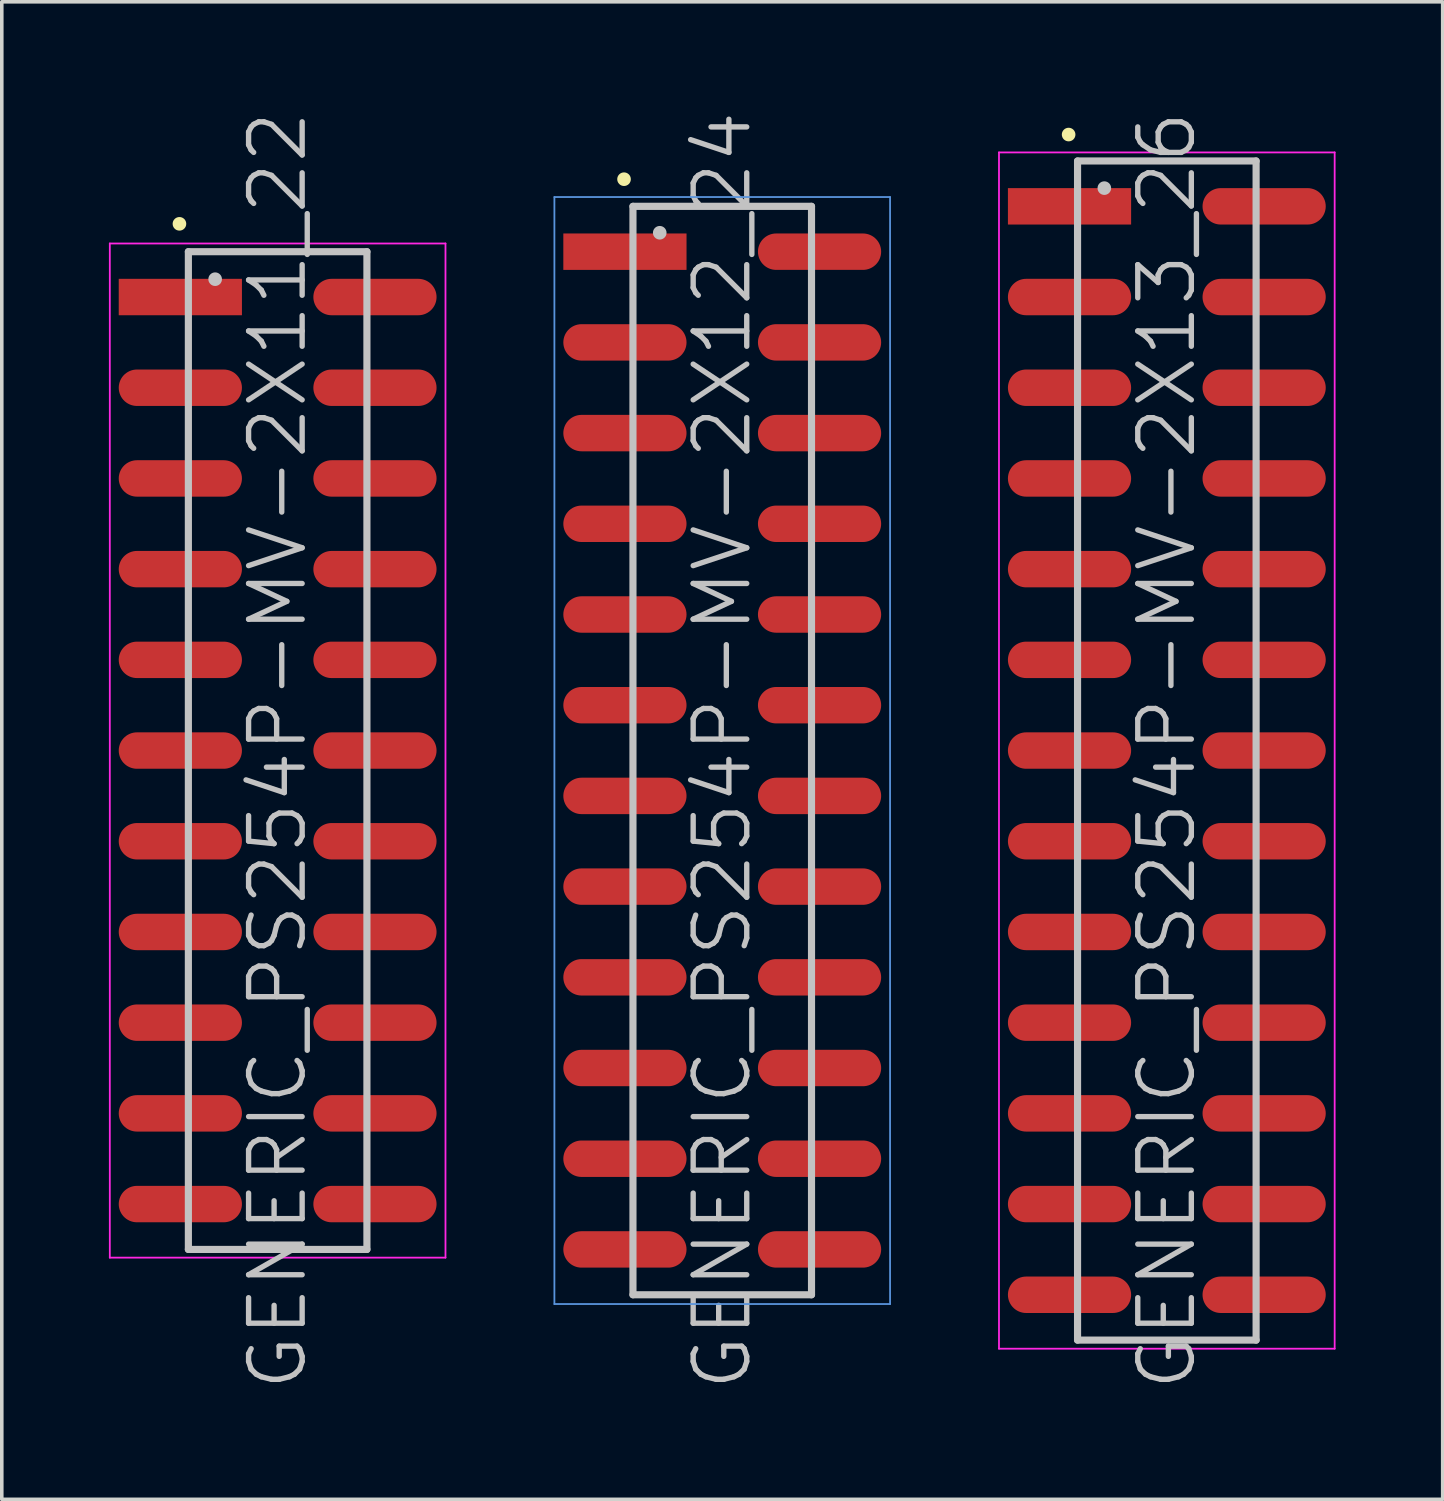
<source format=kicad_pcb>
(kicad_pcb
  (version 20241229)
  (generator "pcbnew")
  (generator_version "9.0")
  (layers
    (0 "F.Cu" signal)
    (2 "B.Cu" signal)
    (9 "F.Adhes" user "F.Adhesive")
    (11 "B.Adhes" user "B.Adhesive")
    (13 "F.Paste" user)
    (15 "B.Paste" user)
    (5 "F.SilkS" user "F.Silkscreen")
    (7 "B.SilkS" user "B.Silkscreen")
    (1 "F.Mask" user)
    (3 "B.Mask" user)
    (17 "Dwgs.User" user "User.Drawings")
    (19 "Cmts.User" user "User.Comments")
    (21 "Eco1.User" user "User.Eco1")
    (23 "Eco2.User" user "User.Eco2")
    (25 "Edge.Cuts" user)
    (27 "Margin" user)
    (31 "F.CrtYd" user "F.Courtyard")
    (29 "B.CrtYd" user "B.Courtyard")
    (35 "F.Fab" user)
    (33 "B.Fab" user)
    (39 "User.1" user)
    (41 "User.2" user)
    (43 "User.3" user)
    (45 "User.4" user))
  (footprint "GENERIC_PS254P-MV-2X11_22"
    (layer "F.Cu")
    (at 4.725 17.968)
    (property "Reference" "GENERIC_PS254P-MV-2X11_22" (at 0 0 90) (layer "Dwgs.User") (effects (font (size 1.5 1.5) (thickness 0.15))))
    (attr smd)
    (fp_line (start -2.75 -14.75) (end -2.75 -14.75) (stroke (width 0.381) (type solid)) (layer "F.SilkS"))
    (fp_line (start -2.5 -13.97) (end -2.5 13.97) (stroke (width 0.2) (type solid)) (layer "Dwgs.User"))
    (fp_line (start -2.5 -13.97) (end 2.5 -13.97) (stroke (width 0.2) (type solid)) (layer "Dwgs.User"))
    (fp_line (start -2.5 13.97) (end 2.5 13.97) (stroke (width 0.2) (type solid)) (layer "Dwgs.User"))
    (fp_line (start -1.75 -13.2) (end -1.75 -13.2) (stroke (width 0.381) (type solid)) (layer "Dwgs.User"))
    (fp_line (start 2.5 -13.97) (end 2.5 13.97) (stroke (width 0.2) (type solid)) (layer "Dwgs.User"))
    (fp_line (start -4.7 -14.2) (end -4.7 14.2) (stroke (width 0.05) (type solid)) (layer "F.CrtYd"))
    (fp_line (start -4.7 -14.2) (end 4.7 -14.2) (stroke (width 0.05) (type solid)) (layer "F.CrtYd"))
    (fp_line (start -4.7 14.2) (end 4.7 14.2) (stroke (width 0.05) (type solid)) (layer "F.CrtYd"))
    (fp_line (start 4.7 -14.2) (end 4.7 14.2) (stroke (width 0.05) (type solid)) (layer "F.CrtYd"))
    (pad "1" smd rect (at -2.725 -12.7 270) (size 1.02 3.45) (layers "F.Cu" "F.Mask" "F.Paste"))
    (pad "2" smd oval (at 2.725 -12.7 270) (size 1.02 3.45) (layers "F.Cu" "F.Mask" "F.Paste"))
    (pad "3" smd oval (at -2.725 -10.16 270) (size 1.02 3.45) (layers "F.Cu" "F.Mask" "F.Paste"))
    (pad "4" smd oval (at 2.725 -10.16 270) (size 1.02 3.45) (layers "F.Cu" "F.Mask" "F.Paste"))
    (pad "5" smd oval (at -2.725 -7.62 270) (size 1.02 3.45) (layers "F.Cu" "F.Mask" "F.Paste"))
    (pad "6" smd oval (at 2.725 -7.62 270) (size 1.02 3.45) (layers "F.Cu" "F.Mask" "F.Paste"))
    (pad "7" smd oval (at -2.725 -5.08 270) (size 1.02 3.45) (layers "F.Cu" "F.Mask" "F.Paste"))
    (pad "8" smd oval (at 2.725 -5.08 270) (size 1.02 3.45) (layers "F.Cu" "F.Mask" "F.Paste"))
    (pad "9" smd oval (at -2.725 -2.54 270) (size 1.02 3.45) (layers "F.Cu" "F.Mask" "F.Paste"))
    (pad "10" smd oval (at 2.725 -2.54 270) (size 1.02 3.45) (layers "F.Cu" "F.Mask" "F.Paste"))
    (pad "11" smd oval (at -2.725 0 270) (size 1.02 3.45) (layers "F.Cu" "F.Mask" "F.Paste"))
    (pad "12" smd oval (at 2.725 0 270) (size 1.02 3.45) (layers "F.Cu" "F.Mask" "F.Paste"))
    (pad "13" smd oval (at -2.725 2.54 270) (size 1.02 3.45) (layers "F.Cu" "F.Mask" "F.Paste"))
    (pad "14" smd oval (at 2.725 2.54 270) (size 1.02 3.45) (layers "F.Cu" "F.Mask" "F.Paste"))
    (pad "15" smd oval (at -2.725 5.08 270) (size 1.02 3.45) (layers "F.Cu" "F.Mask" "F.Paste"))
    (pad "16" smd oval (at 2.725 5.08 270) (size 1.02 3.45) (layers "F.Cu" "F.Mask" "F.Paste"))
    (pad "17" smd oval (at -2.725 7.62 270) (size 1.02 3.45) (layers "F.Cu" "F.Mask" "F.Paste"))
    (pad "18" smd oval (at 2.725 7.62 270) (size 1.02 3.45) (layers "F.Cu" "F.Mask" "F.Paste"))
    (pad "19" smd oval (at -2.725 10.16 270) (size 1.02 3.45) (layers "F.Cu" "F.Mask" "F.Paste"))
    (pad "20" smd oval (at 2.725 10.16 270) (size 1.02 3.45) (layers "F.Cu" "F.Mask" "F.Paste"))
    (pad "21" smd oval (at -2.725 12.7 270) (size 1.02 3.45) (layers "F.Cu" "F.Mask" "F.Paste"))
    (pad "22" smd oval (at 2.725 12.7 270) (size 1.02 3.45) (layers "F.Cu" "F.Mask" "F.Paste")))
  (footprint "GENERIC_PS254P-MV-2X12_24"
    (layer "F.Cu")
    (at 17.175 17.968)
    (property "Reference" "GENERIC_PS254P-MV-2X12_24" (at 0 0 90) (layer "Dwgs.User") (effects (font (size 1.5 1.5) (thickness 0.15))))
    (attr smd)
    (fp_line (start -2.75 -16) (end -2.75 -16) (stroke (width 0.381) (type solid)) (layer "F.SilkS"))
    (fp_line (start -2.5 -15.24) (end -2.5 15.24) (stroke (width 0.2) (type solid)) (layer "Dwgs.User"))
    (fp_line (start -2.5 -15.24) (end 2.5 -15.24) (stroke (width 0.2) (type solid)) (layer "Dwgs.User"))
    (fp_line (start -2.5 15.24) (end 2.5 15.24) (stroke (width 0.2) (type solid)) (layer "Dwgs.User"))
    (fp_line (start -1.75 -14.5) (end -1.75 -14.5) (stroke (width 0.381) (type solid)) (layer "Dwgs.User"))
    (fp_line (start 2.5 -15.24) (end 2.5 15.24) (stroke (width 0.2) (type solid)) (layer "Dwgs.User"))
    (fp_line (start -4.7 -15.5) (end -4.7 15.5) (stroke (width 0.05) (type solid)) (layer "Cmts.User"))
    (fp_line (start -4.7 -15.5) (end 4.7 -15.5) (stroke (width 0.05) (type solid)) (layer "Cmts.User"))
    (fp_line (start -4.7 15.5) (end 4.7 15.5) (stroke (width 0.05) (type solid)) (layer "Cmts.User"))
    (fp_line (start 4.7 -15.5) (end 4.7 15.5) (stroke (width 0.05) (type solid)) (layer "Cmts.User"))
    (pad "1" smd rect (at -2.725 -13.97 270) (size 1.02 3.45) (layers "F.Cu" "F.Mask" "F.Paste"))
    (pad "2" smd oval (at 2.725 -13.97 270) (size 1.02 3.45) (layers "F.Cu" "F.Mask" "F.Paste"))
    (pad "3" smd oval (at -2.725 -11.43 270) (size 1.02 3.45) (layers "F.Cu" "F.Mask" "F.Paste"))
    (pad "4" smd oval (at 2.725 -11.43 270) (size 1.02 3.45) (layers "F.Cu" "F.Mask" "F.Paste"))
    (pad "5" smd oval (at -2.725 -8.89 270) (size 1.02 3.45) (layers "F.Cu" "F.Mask" "F.Paste"))
    (pad "6" smd oval (at 2.725 -8.89 270) (size 1.02 3.45) (layers "F.Cu" "F.Mask" "F.Paste"))
    (pad "7" smd oval (at -2.725 -6.35 270) (size 1.02 3.45) (layers "F.Cu" "F.Mask" "F.Paste"))
    (pad "8" smd oval (at 2.725 -6.35 270) (size 1.02 3.45) (layers "F.Cu" "F.Mask" "F.Paste"))
    (pad "9" smd oval (at -2.725 -3.81 270) (size 1.02 3.45) (layers "F.Cu" "F.Mask" "F.Paste"))
    (pad "10" smd oval (at 2.725 -3.81 270) (size 1.02 3.45) (layers "F.Cu" "F.Mask" "F.Paste"))
    (pad "11" smd oval (at -2.725 -1.27 270) (size 1.02 3.45) (layers "F.Cu" "F.Mask" "F.Paste"))
    (pad "12" smd oval (at 2.725 -1.27 270) (size 1.02 3.45) (layers "F.Cu" "F.Mask" "F.Paste"))
    (pad "13" smd oval (at -2.725 1.27 270) (size 1.02 3.45) (layers "F.Cu" "F.Mask" "F.Paste"))
    (pad "14" smd oval (at 2.725 1.27 270) (size 1.02 3.45) (layers "F.Cu" "F.Mask" "F.Paste"))
    (pad "15" smd oval (at -2.725 3.81 270) (size 1.02 3.45) (layers "F.Cu" "F.Mask" "F.Paste"))
    (pad "16" smd oval (at 2.725 3.81 270) (size 1.02 3.45) (layers "F.Cu" "F.Mask" "F.Paste"))
    (pad "17" smd oval (at -2.725 6.35 270) (size 1.02 3.45) (layers "F.Cu" "F.Mask" "F.Paste"))
    (pad "18" smd oval (at 2.725 6.35 270) (size 1.02 3.45) (layers "F.Cu" "F.Mask" "F.Paste"))
    (pad "19" smd oval (at -2.725 8.89 270) (size 1.02 3.45) (layers "F.Cu" "F.Mask" "F.Paste"))
    (pad "20" smd oval (at 2.725 8.89 270) (size 1.02 3.45) (layers "F.Cu" "F.Mask" "F.Paste"))
    (pad "21" smd oval (at -2.725 11.43 270) (size 1.02 3.45) (layers "F.Cu" "F.Mask" "F.Paste"))
    (pad "22" smd oval (at 2.725 11.43 270) (size 1.02 3.45) (layers "F.Cu" "F.Mask" "F.Paste"))
    (pad "23" smd oval (at -2.725 13.97 270) (size 1.02 3.45) (layers "F.Cu" "F.Mask" "F.Paste"))
    (pad "24" smd oval (at 2.725 13.97 270) (size 1.02 3.45) (layers "F.Cu" "F.Mask" "F.Paste")))
  (footprint "GENERIC_PS254P-MV-2X13_26"
    (layer "F.Cu")
    (at 29.625 17.968)
    (property "Reference" "GENERIC_PS254P-MV-2X13_26" (at 0 0 90) (layer "Dwgs.User") (effects (font (size 1.5 1.5) (thickness 0.15))))
    (attr smd)
    (fp_line (start -2.75 -17.25) (end -2.75 -17.25) (stroke (width 0.381) (type solid)) (layer "F.SilkS"))
    (fp_line (start -2.5 -16.51) (end -2.5 16.51) (stroke (width 0.2) (type solid)) (layer "Dwgs.User"))
    (fp_line (start -2.5 -16.51) (end 2.5 -16.51) (stroke (width 0.2) (type solid)) (layer "Dwgs.User"))
    (fp_line (start -2.5 16.51) (end 2.5 16.51) (stroke (width 0.2) (type solid)) (layer "Dwgs.User"))
    (fp_line (start -1.75 -15.75) (end -1.75 -15.75) (stroke (width 0.381) (type solid)) (layer "Dwgs.User"))
    (fp_line (start 2.5 -16.51) (end 2.5 16.51) (stroke (width 0.2) (type solid)) (layer "Dwgs.User"))
    (fp_line (start -4.7 -16.75) (end -4.7 16.75) (stroke (width 0.05) (type solid)) (layer "F.CrtYd"))
    (fp_line (start -4.7 -16.75) (end 4.7 -16.75) (stroke (width 0.05) (type solid)) (layer "F.CrtYd"))
    (fp_line (start -4.7 16.75) (end 4.7 16.75) (stroke (width 0.05) (type solid)) (layer "F.CrtYd"))
    (fp_line (start 4.7 -16.75) (end 4.7 16.75) (stroke (width 0.05) (type solid)) (layer "F.CrtYd"))
    (pad "1" smd rect (at -2.725 -15.24 270) (size 1.02 3.45) (layers "F.Cu" "F.Mask" "F.Paste"))
    (pad "2" smd oval (at 2.725 -15.24 270) (size 1.02 3.45) (layers "F.Cu" "F.Mask" "F.Paste"))
    (pad "3" smd oval (at -2.725 -12.7 270) (size 1.02 3.45) (layers "F.Cu" "F.Mask" "F.Paste"))
    (pad "4" smd oval (at 2.725 -12.7 270) (size 1.02 3.45) (layers "F.Cu" "F.Mask" "F.Paste"))
    (pad "5" smd oval (at -2.725 -10.16 270) (size 1.02 3.45) (layers "F.Cu" "F.Mask" "F.Paste"))
    (pad "6" smd oval (at 2.725 -10.16 270) (size 1.02 3.45) (layers "F.Cu" "F.Mask" "F.Paste"))
    (pad "7" smd oval (at -2.725 -7.62 270) (size 1.02 3.45) (layers "F.Cu" "F.Mask" "F.Paste"))
    (pad "8" smd oval (at 2.725 -7.62 270) (size 1.02 3.45) (layers "F.Cu" "F.Mask" "F.Paste"))
    (pad "9" smd oval (at -2.725 -5.08 270) (size 1.02 3.45) (layers "F.Cu" "F.Mask" "F.Paste"))
    (pad "10" smd oval (at 2.725 -5.08 270) (size 1.02 3.45) (layers "F.Cu" "F.Mask" "F.Paste"))
    (pad "11" smd oval (at -2.725 -2.54 270) (size 1.02 3.45) (layers "F.Cu" "F.Mask" "F.Paste"))
    (pad "12" smd oval (at 2.725 -2.54 270) (size 1.02 3.45) (layers "F.Cu" "F.Mask" "F.Paste"))
    (pad "13" smd oval (at -2.725 0 270) (size 1.02 3.45) (layers "F.Cu" "F.Mask" "F.Paste"))
    (pad "14" smd oval (at 2.725 0 270) (size 1.02 3.45) (layers "F.Cu" "F.Mask" "F.Paste"))
    (pad "15" smd oval (at -2.725 2.54 270) (size 1.02 3.45) (layers "F.Cu" "F.Mask" "F.Paste"))
    (pad "16" smd oval (at 2.725 2.54 270) (size 1.02 3.45) (layers "F.Cu" "F.Mask" "F.Paste"))
    (pad "17" smd oval (at -2.725 5.08 270) (size 1.02 3.45) (layers "F.Cu" "F.Mask" "F.Paste"))
    (pad "18" smd oval (at 2.725 5.08 270) (size 1.02 3.45) (layers "F.Cu" "F.Mask" "F.Paste"))
    (pad "19" smd oval (at -2.725 7.62 270) (size 1.02 3.45) (layers "F.Cu" "F.Mask" "F.Paste"))
    (pad "20" smd oval (at 2.725 7.62 270) (size 1.02 3.45) (layers "F.Cu" "F.Mask" "F.Paste"))
    (pad "21" smd oval (at -2.725 10.16 270) (size 1.02 3.45) (layers "F.Cu" "F.Mask" "F.Paste"))
    (pad "22" smd oval (at 2.725 10.16 270) (size 1.02 3.45) (layers "F.Cu" "F.Mask" "F.Paste"))
    (pad "23" smd oval (at -2.725 12.7 270) (size 1.02 3.45) (layers "F.Cu" "F.Mask" "F.Paste"))
    (pad "24" smd oval (at 2.725 12.7 270) (size 1.02 3.45) (layers "F.Cu" "F.Mask" "F.Paste"))
    (pad "25" smd oval (at -2.725 15.24 270) (size 1.02 3.45) (layers "F.Cu" "F.Mask" "F.Paste"))
    (pad "26" smd oval (at 2.725 15.24 270) (size 1.02 3.45) (layers "F.Cu" "F.Mask" "F.Paste")))
  (gr_rect
    (start -3 -3)
    (end 37.35 38.936)
    (stroke (width 0.1) (type default))
    (fill no)
    (layer "Edge.Cuts")))
</source>
